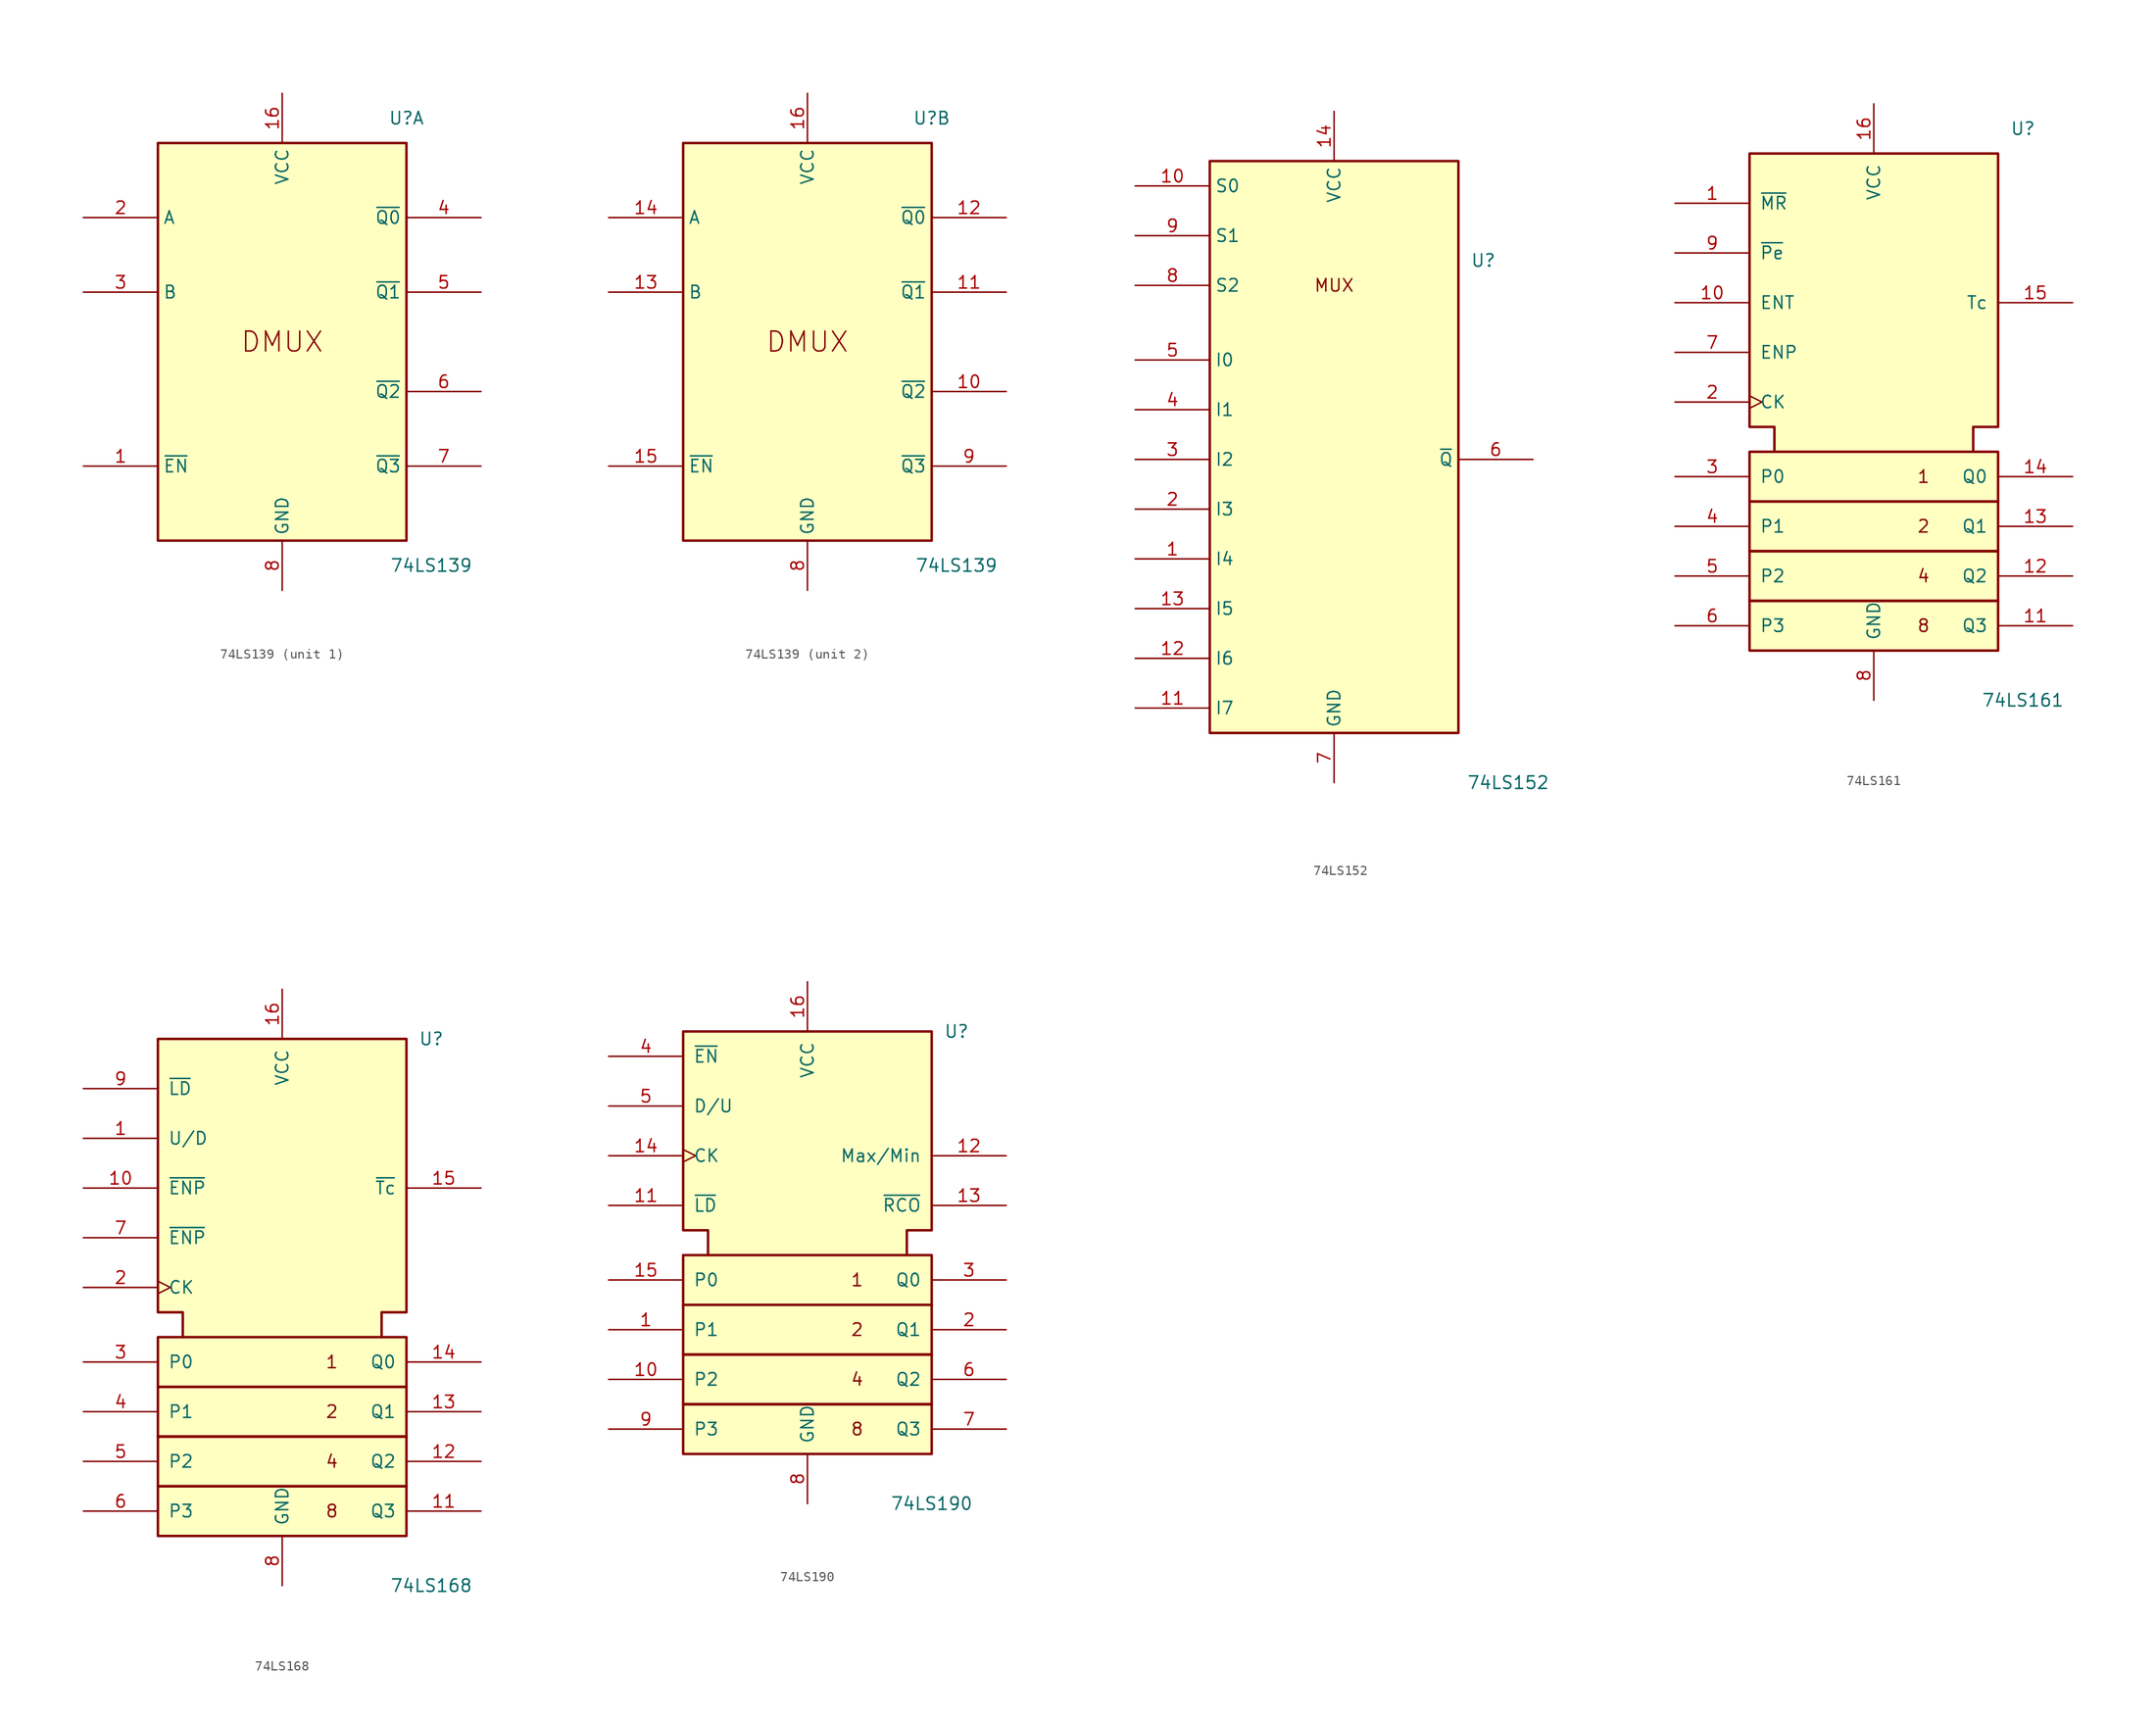
<source format=kicad_sym>
(kicad_symbol_lib
  (version 20241209)
  (generator "kicad_symbol_editor")
  (generator_version "9.0")
  (symbol "74LS139"
    (property "Reference" "U"
      (at 12.7 22.86 0)
      (effects (font (size 1.27 1.27))))
    (property "Value" "74LS139"
      (at 15.24 -22.86 0)
      (effects (font (size 1.27 1.27))))
    (symbol "74LS139_0_0"
      (rectangle (start -12.7 20.32) (end 12.7 -20.32) (stroke (width 0.254) (type default)) (fill (type background)))
      (text "DMUX" (at 0 0 0) (effects (font (size 2.032 2.032))))
      (pin power_in line (at 0 25.4 270) (length 5.08) (name "VCC" (effects (font (size 1.27 1.27)))) (number "16" (effects (font (size 1.27 1.27)))))
      (pin power_in line (at 0 -25.4 90) (length 5.08) (name "GND" (effects (font (size 1.27 1.27)))) (number "8" (effects (font (size 1.27 1.27))))))
    (symbol "74LS139_1_1"
      (pin input line (at -20.32 12.7 0) (length 7.62) (name "A" (effects (font (size 1.27 1.27)))) (number "2" (effects (font (size 1.27 1.27)))))
      (pin input line (at -20.32 5.08 0) (length 7.62) (name "B" (effects (font (size 1.27 1.27)))) (number "3" (effects (font (size 1.27 1.27)))))
      (pin input line (at -20.32 -12.7 0) (length 7.62) (name "~{EN}" (effects (font (size 1.27 1.27)))) (number "1" (effects (font (size 1.27 1.27)))))
      (pin output line (at 20.32 12.7 180) (length 7.62) (name "~{Q0}" (effects (font (size 1.27 1.27)))) (number "4" (effects (font (size 1.27 1.27)))))
      (pin output line (at 20.32 5.08 180) (length 7.62) (name "~{Q1}" (effects (font (size 1.27 1.27)))) (number "5" (effects (font (size 1.27 1.27)))))
      (pin output line (at 20.32 -5.08 180) (length 7.62) (name "~{Q2}" (effects (font (size 1.27 1.27)))) (number "6" (effects (font (size 1.27 1.27)))))
      (pin output line (at 20.32 -12.7 180) (length 7.62) (name "~{Q3}" (effects (font (size 1.27 1.27)))) (number "7" (effects (font (size 1.27 1.27))))))
    (symbol "74LS139_2_1"
      (pin input line (at -20.32 12.7 0) (length 7.62) (name "A" (effects (font (size 1.27 1.27)))) (number "14" (effects (font (size 1.27 1.27)))))
      (pin input line (at -20.32 5.08 0) (length 7.62) (name "B" (effects (font (size 1.27 1.27)))) (number "13" (effects (font (size 1.27 1.27)))))
      (pin input line (at -20.32 -12.7 0) (length 7.62) (name "~{EN}" (effects (font (size 1.27 1.27)))) (number "15" (effects (font (size 1.27 1.27)))))
      (pin output line (at 20.32 12.7 180) (length 7.62) (name "~{Q0}" (effects (font (size 1.27 1.27)))) (number "12" (effects (font (size 1.27 1.27)))))
      (pin output line (at 20.32 5.08 180) (length 7.62) (name "~{Q1}" (effects (font (size 1.27 1.27)))) (number "11" (effects (font (size 1.27 1.27)))))
      (pin output line (at 20.32 -5.08 180) (length 7.62) (name "~{Q2}" (effects (font (size 1.27 1.27)))) (number "10" (effects (font (size 1.27 1.27)))))
      (pin output line (at 20.32 -12.7 180) (length 7.62) (name "~{Q3}" (effects (font (size 1.27 1.27)))) (number "9" (effects (font (size 1.27 1.27)))))))
  (symbol "74LS152"
    (property "Reference" "U"
      (at 15.24 22.86 0)
      (effects (font (size 1.27 1.27))))
    (property "Value" "74LS152"
      (at 17.78 -30.48 0)
      (effects (font (size 1.27 1.27))))
    (symbol "74LS152_0_0"
      (rectangle (start -12.7 33.02) (end 12.7 -25.4) (stroke (width 0.254) (type default)) (fill (type background)))
      (text "MUX" (at 0 20.32 0) (effects (font (size 1.27 1.27))))
      (pin power_in line (at 0 38.1 270) (length 5.08) (name "VCC" (effects (font (size 1.27 1.27)))) (number "14" (effects (font (size 1.27 1.27)))))
      (pin power_in line (at 0 -30.48 90) (length 5.08) (name "GND" (effects (font (size 1.27 1.27)))) (number "7" (effects (font (size 1.27 1.27))))))
    (symbol "74LS152_1_1"
      (pin input line (at -20.32 30.48 0) (length 7.62) (name "S0" (effects (font (size 1.27 1.27)))) (number "10" (effects (font (size 1.27 1.27)))))
      (pin input line (at -20.32 25.4 0) (length 7.62) (name "S1" (effects (font (size 1.27 1.27)))) (number "9" (effects (font (size 1.27 1.27)))))
      (pin input line (at -20.32 20.32 0) (length 7.62) (name "S2" (effects (font (size 1.27 1.27)))) (number "8" (effects (font (size 1.27 1.27)))))
      (pin input line (at -20.32 12.7 0) (length 7.62) (name "I0" (effects (font (size 1.27 1.27)))) (number "5" (effects (font (size 1.27 1.27)))))
      (pin input line (at -20.32 7.62 0) (length 7.62) (name "I1" (effects (font (size 1.27 1.27)))) (number "4" (effects (font (size 1.27 1.27)))))
      (pin input line (at -20.32 2.54 0) (length 7.62) (name "I2" (effects (font (size 1.27 1.27)))) (number "3" (effects (font (size 1.27 1.27)))))
      (pin input line (at -20.32 -2.54 0) (length 7.62) (name "I3" (effects (font (size 1.27 1.27)))) (number "2" (effects (font (size 1.27 1.27)))))
      (pin input line (at -20.32 -7.62 0) (length 7.62) (name "I4" (effects (font (size 1.27 1.27)))) (number "1" (effects (font (size 1.27 1.27)))))
      (pin input line (at -20.32 -12.7 0) (length 7.62) (name "I5" (effects (font (size 1.27 1.27)))) (number "13" (effects (font (size 1.27 1.27)))))
      (pin input line (at -20.32 -17.78 0) (length 7.62) (name "I6" (effects (font (size 1.27 1.27)))) (number "12" (effects (font (size 1.27 1.27)))))
      (pin input line (at -20.32 -22.86 0) (length 7.62) (name "I7" (effects (font (size 1.27 1.27)))) (number "11" (effects (font (size 1.27 1.27)))))
      (pin output line (at 20.32 2.54 180) (length 7.62) (name "~{Q}" (effects (font (size 1.27 1.27)))) (number "6" (effects (font (size 1.27 1.27)))))))
  (symbol "74LS161"
    (pin_names
      (offset 1.016))
    (property "Reference" "U"
      (at 15.24 30.48 0)
      (effects (font (size 1.27 1.27))))
    (property "Value" "74LS161"
      (at 15.24 -27.94 0)
      (effects (font (size 1.27 1.27))))
    (symbol "74LS161_0_0"
      (rectangle (start -12.7 -2.54) (end 12.7 -7.62) (stroke (width 0.254) (type default)) (fill (type background)))
      (rectangle (start -12.7 -7.62) (end 12.7 -12.7) (stroke (width 0.254) (type default)) (fill (type background)))
      (rectangle (start -12.7 -12.7) (end 12.7 -17.78) (stroke (width 0.254) (type default)) (fill (type background)))
      (rectangle (start -12.7 -17.78) (end 12.7 -22.86) (stroke (width 0.254) (type default)) (fill (type background)))
      (polyline (pts (xy -10.16 -2.54) (xy -10.16 0) (xy -12.7 0) (xy -12.7 27.94) (xy 12.7 27.94) (xy 12.7 0) (xy 10.16 0) (xy 10.16 -2.54) (xy 10.16 -2.54)) (stroke (width 0.254) (type default)) (fill (type background)))
      (text "1" (at 5.08 -5.08 0) (effects (font (size 1.27 1.27))))
      (text "2" (at 5.08 -10.16 0) (effects (font (size 1.27 1.27))))
      (text "4" (at 5.08 -15.24 0) (effects (font (size 1.27 1.27))))
      (text "8" (at 5.08 -20.32 0) (effects (font (size 1.27 1.27))))
      (pin power_in line (at 0 33.02 270) (length 5.08) (name "VCC" (effects (font (size 1.27 1.27)))) (number "16" (effects (font (size 1.27 1.27)))))
      (pin power_in line (at 0 -27.94 90) (length 5.08) (name "GND" (effects (font (size 1.27 1.27)))) (number "8" (effects (font (size 1.27 1.27))))))
    (symbol "74LS161_1_1"
      (pin input line (at -20.32 22.86 0) (length 7.62) (name "~{MR}" (effects (font (size 1.27 1.27)))) (number "1" (effects (font (size 1.27 1.27)))))
      (pin input line (at -20.32 17.78 0) (length 7.62) (name "~{Pe}" (effects (font (size 1.27 1.27)))) (number "9" (effects (font (size 1.27 1.27)))))
      (pin input line (at -20.32 12.7 0) (length 7.62) (name "ENT" (effects (font (size 1.27 1.27)))) (number "10" (effects (font (size 1.27 1.27)))))
      (pin input line (at -20.32 7.62 0) (length 7.62) (name "ENP" (effects (font (size 1.27 1.27)))) (number "7" (effects (font (size 1.27 1.27)))))
      (pin input clock (at -20.32 2.54 0) (length 7.62) (name "CK" (effects (font (size 1.27 1.27)))) (number "2" (effects (font (size 1.27 1.27)))))
      (pin input line (at -20.32 -5.08 0) (length 7.62) (name "P0" (effects (font (size 1.27 1.27)))) (number "3" (effects (font (size 1.27 1.27)))))
      (pin input line (at -20.32 -10.16 0) (length 7.62) (name "P1" (effects (font (size 1.27 1.27)))) (number "4" (effects (font (size 1.27 1.27)))))
      (pin input line (at -20.32 -15.24 0) (length 7.62) (name "P2" (effects (font (size 1.27 1.27)))) (number "5" (effects (font (size 1.27 1.27)))))
      (pin input line (at -20.32 -20.32 0) (length 7.62) (name "P3" (effects (font (size 1.27 1.27)))) (number "6" (effects (font (size 1.27 1.27)))))
      (pin output line (at 20.32 12.7 180) (length 7.62) (name "Tc" (effects (font (size 1.27 1.27)))) (number "15" (effects (font (size 1.27 1.27)))))
      (pin output line (at 20.32 -5.08 180) (length 7.62) (name "Q0" (effects (font (size 1.27 1.27)))) (number "14" (effects (font (size 1.27 1.27)))))
      (pin output line (at 20.32 -10.16 180) (length 7.62) (name "Q1" (effects (font (size 1.27 1.27)))) (number "13" (effects (font (size 1.27 1.27)))))
      (pin output line (at 20.32 -15.24 180) (length 7.62) (name "Q2" (effects (font (size 1.27 1.27)))) (number "12" (effects (font (size 1.27 1.27)))))
      (pin output line (at 20.32 -20.32 180) (length 7.62) (name "Q3" (effects (font (size 1.27 1.27)))) (number "11" (effects (font (size 1.27 1.27)))))))
  (symbol "74LS168"
    (pin_names
      (offset 1.016))
    (property "Reference" "U"
      (at 15.24 27.94 0)
      (effects (font (size 1.27 1.27))))
    (property "Value" "74LS168"
      (at 15.24 -27.94 0)
      (effects (font (size 1.27 1.27))))
    (symbol "74LS168_0_0"
      (rectangle (start -12.7 -2.54) (end 12.7 -7.62) (stroke (width 0.254) (type default)) (fill (type background)))
      (rectangle (start -12.7 -7.62) (end 12.7 -12.7) (stroke (width 0.254) (type default)) (fill (type background)))
      (rectangle (start -12.7 -12.7) (end 12.7 -17.78) (stroke (width 0.254) (type default)) (fill (type background)))
      (rectangle (start -12.7 -17.78) (end 12.7 -22.86) (stroke (width 0.254) (type default)) (fill (type background)))
      (polyline (pts (xy -10.16 -2.54) (xy -10.16 0) (xy -12.7 0) (xy -12.7 27.94) (xy 12.7 27.94) (xy 12.7 0) (xy 10.16 0) (xy 10.16 -2.54) (xy 10.16 -2.54)) (stroke (width 0.254) (type default)) (fill (type background)))
      (text "1" (at 5.08 -5.08 0) (effects (font (size 1.27 1.27))))
      (text "2" (at 5.08 -10.16 0) (effects (font (size 1.27 1.27))))
      (text "4" (at 5.08 -15.24 0) (effects (font (size 1.27 1.27))))
      (text "8" (at 5.08 -20.32 0) (effects (font (size 1.27 1.27))))
      (pin power_in line (at 0 33.02 270) (length 5.08) (name "VCC" (effects (font (size 1.27 1.27)))) (number "16" (effects (font (size 1.27 1.27)))))
      (pin power_in line (at 0 -27.94 90) (length 5.08) (name "GND" (effects (font (size 1.27 1.27)))) (number "8" (effects (font (size 1.27 1.27))))))
    (symbol "74LS168_1_1"
      (pin input line (at -20.32 22.86 0) (length 7.62) (name "~{LD}" (effects (font (size 1.27 1.27)))) (number "9" (effects (font (size 1.27 1.27)))))
      (pin input line (at -20.32 17.78 0) (length 7.62) (name "U/D" (effects (font (size 1.27 1.27)))) (number "1" (effects (font (size 1.27 1.27)))))
      (pin input line (at -20.32 12.7 0) (length 7.62) (name "~{ENP}" (effects (font (size 1.27 1.27)))) (number "10" (effects (font (size 1.27 1.27)))))
      (pin input line (at -20.32 7.62 0) (length 7.62) (name "~{ENP}" (effects (font (size 1.27 1.27)))) (number "7" (effects (font (size 1.27 1.27)))))
      (pin input clock (at -20.32 2.54 0) (length 7.62) (name "CK" (effects (font (size 1.27 1.27)))) (number "2" (effects (font (size 1.27 1.27)))))
      (pin input line (at -20.32 -5.08 0) (length 7.62) (name "P0" (effects (font (size 1.27 1.27)))) (number "3" (effects (font (size 1.27 1.27)))))
      (pin input line (at -20.32 -10.16 0) (length 7.62) (name "P1" (effects (font (size 1.27 1.27)))) (number "4" (effects (font (size 1.27 1.27)))))
      (pin input line (at -20.32 -15.24 0) (length 7.62) (name "P2" (effects (font (size 1.27 1.27)))) (number "5" (effects (font (size 1.27 1.27)))))
      (pin input line (at -20.32 -20.32 0) (length 7.62) (name "P3" (effects (font (size 1.27 1.27)))) (number "6" (effects (font (size 1.27 1.27)))))
      (pin output line (at 20.32 12.7 180) (length 7.62) (name "~{Tc}" (effects (font (size 1.27 1.27)))) (number "15" (effects (font (size 1.27 1.27)))))
      (pin output line (at 20.32 -5.08 180) (length 7.62) (name "Q0" (effects (font (size 1.27 1.27)))) (number "14" (effects (font (size 1.27 1.27)))))
      (pin output line (at 20.32 -10.16 180) (length 7.62) (name "Q1" (effects (font (size 1.27 1.27)))) (number "13" (effects (font (size 1.27 1.27)))))
      (pin output line (at 20.32 -15.24 180) (length 7.62) (name "Q2" (effects (font (size 1.27 1.27)))) (number "12" (effects (font (size 1.27 1.27)))))
      (pin output line (at 20.32 -20.32 180) (length 7.62) (name "Q3" (effects (font (size 1.27 1.27)))) (number "11" (effects (font (size 1.27 1.27)))))))
  (symbol "74LS190"
    (pin_names
      (offset 1.016))
    (property "Reference" "U"
      (at 15.24 22.86 0)
      (effects (font (size 1.27 1.27))))
    (property "Value" "74LS190"
      (at 12.7 -25.4 0)
      (effects (font (size 1.27 1.27))))
    (symbol "74LS190_0_0"
      (rectangle (start -12.7 0) (end 12.7 -5.08) (stroke (width 0.254) (type default)) (fill (type background)))
      (rectangle (start -12.7 -5.08) (end 12.7 -10.16) (stroke (width 0.254) (type default)) (fill (type background)))
      (rectangle (start -12.7 -10.16) (end 12.7 -15.24) (stroke (width 0.254) (type default)) (fill (type background)))
      (rectangle (start -12.7 -15.24) (end 12.7 -20.32) (stroke (width 0.254) (type default)) (fill (type background)))
      (polyline (pts (xy -10.16 0) (xy -10.16 2.54) (xy -12.7 2.54) (xy -12.7 22.86) (xy 12.7 22.86) (xy 12.7 2.54) (xy 10.16 2.54) (xy 10.16 0) (xy 10.16 0)) (stroke (width 0.254) (type default)) (fill (type background)))
      (text "1" (at 5.08 -2.54 0) (effects (font (size 1.27 1.27))))
      (text "2" (at 5.08 -7.62 0) (effects (font (size 1.27 1.27))))
      (text "4" (at 5.08 -12.7 0) (effects (font (size 1.27 1.27))))
      (text "8" (at 5.08 -17.78 0) (effects (font (size 1.27 1.27))))
      (pin power_in line (at 0 27.94 270) (length 5.08) (name "VCC" (effects (font (size 1.27 1.27)))) (number "16" (effects (font (size 1.27 1.27)))))
      (pin power_in line (at 0 -25.4 90) (length 5.08) (name "GND" (effects (font (size 1.27 1.27)))) (number "8" (effects (font (size 1.27 1.27))))))
    (symbol "74LS190_1_1"
      (pin input line (at -20.32 20.32 0) (length 7.62) (name "~{EN}" (effects (font (size 1.27 1.27)))) (number "4" (effects (font (size 1.27 1.27)))))
      (pin input line (at -20.32 15.24 0) (length 7.62) (name "D/U" (effects (font (size 1.27 1.27)))) (number "5" (effects (font (size 1.27 1.27)))))
      (pin input clock (at -20.32 10.16 0) (length 7.62) (name "CK" (effects (font (size 1.27 1.27)))) (number "14" (effects (font (size 1.27 1.27)))))
      (pin input line (at -20.32 5.08 0) (length 7.62) (name "~{LD}" (effects (font (size 1.27 1.27)))) (number "11" (effects (font (size 1.27 1.27)))))
      (pin input line (at -20.32 -2.54 0) (length 7.62) (name "P0" (effects (font (size 1.27 1.27)))) (number "15" (effects (font (size 1.27 1.27)))))
      (pin input line (at -20.32 -7.62 0) (length 7.62) (name "P1" (effects (font (size 1.27 1.27)))) (number "1" (effects (font (size 1.27 1.27)))))
      (pin input line (at -20.32 -12.7 0) (length 7.62) (name "P2" (effects (font (size 1.27 1.27)))) (number "10" (effects (font (size 1.27 1.27)))))
      (pin input line (at -20.32 -17.78 0) (length 7.62) (name "P3" (effects (font (size 1.27 1.27)))) (number "9" (effects (font (size 1.27 1.27)))))
      (pin output line (at 20.32 10.16 180) (length 7.62) (name "Max/Min" (effects (font (size 1.27 1.27)))) (number "12" (effects (font (size 1.27 1.27)))))
      (pin output line (at 20.32 5.08 180) (length 7.62) (name "~{RCO}" (effects (font (size 1.27 1.27)))) (number "13" (effects (font (size 1.27 1.27)))))
      (pin output line (at 20.32 -2.54 180) (length 7.62) (name "Q0" (effects (font (size 1.27 1.27)))) (number "3" (effects (font (size 1.27 1.27)))))
      (pin output line (at 20.32 -7.62 180) (length 7.62) (name "Q1" (effects (font (size 1.27 1.27)))) (number "2" (effects (font (size 1.27 1.27)))))
      (pin output line (at 20.32 -12.7 180) (length 7.62) (name "Q2" (effects (font (size 1.27 1.27)))) (number "6" (effects (font (size 1.27 1.27)))))
      (pin output line (at 20.32 -17.78 180) (length 7.62) (name "Q3" (effects (font (size 1.27 1.27)))) (number "7" (effects (font (size 1.27 1.27))))))))
</source>
